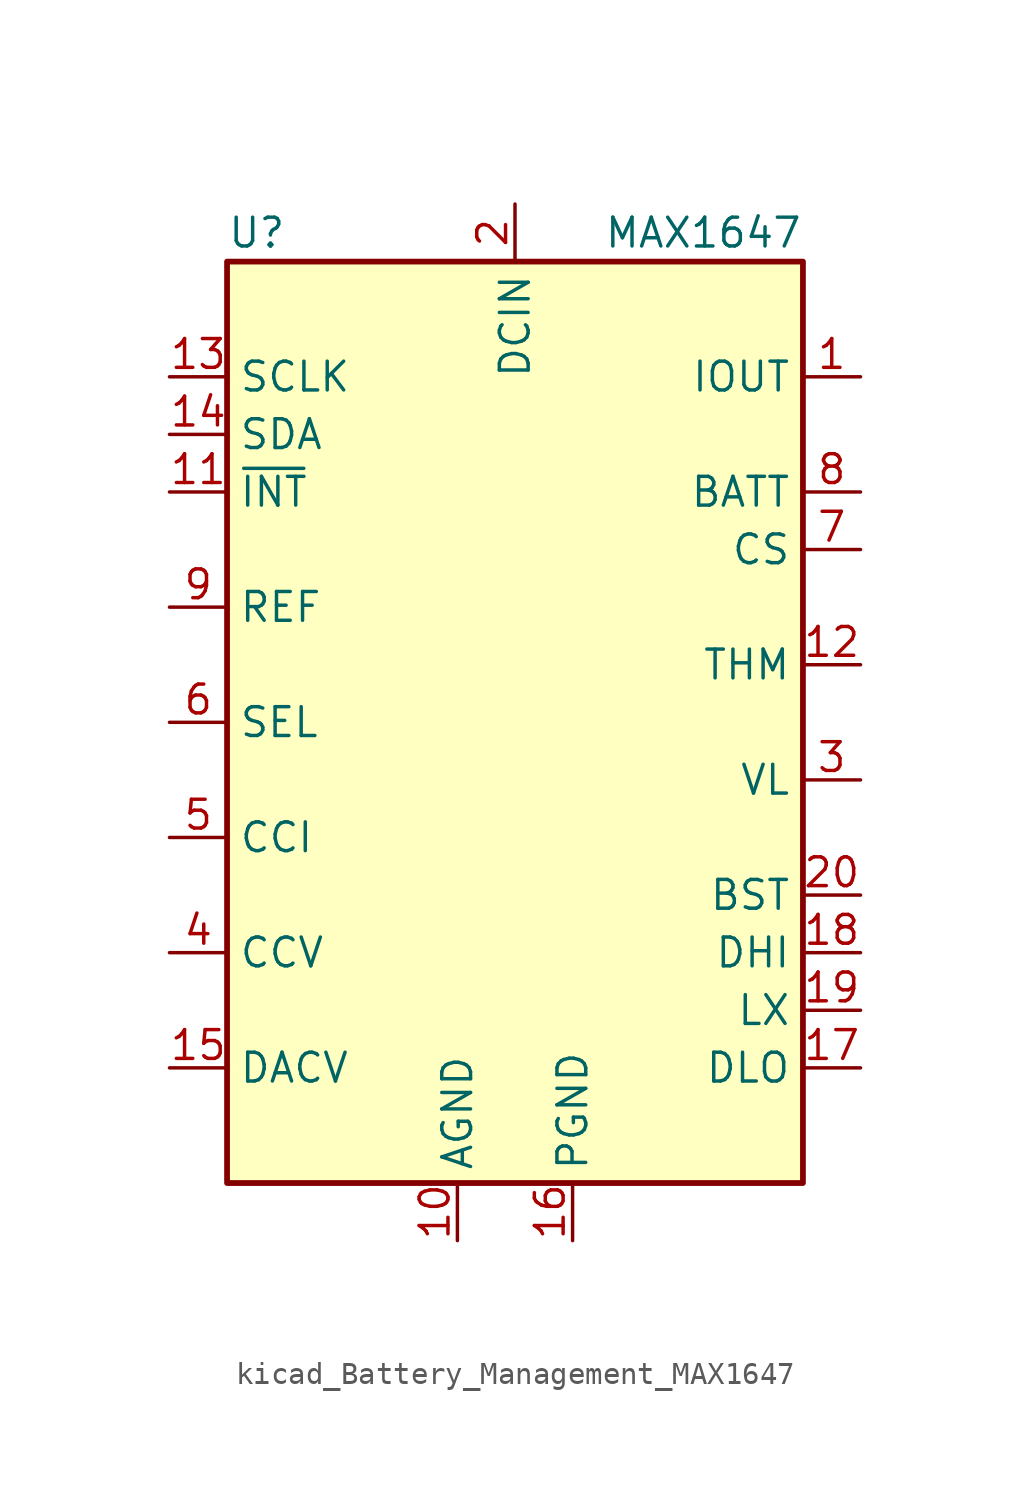
<source format=kicad_sym>
(kicad_symbol_lib
  (version 20220914)
  (generator kicad_symbol_editor)
  (symbol "kicad_Battery_Management_MAX1647"
    (property "Reference" "U"
      (at -12.7 21.59 0)
      (effects (font (size 1.27 1.27)) (justify left)))
    (property "Value" "MAX1647"
      (at 12.7 21.59 0)
      (effects (font (size 1.27 1.27)) (justify right)))
    (symbol "kicad_Battery_Management_MAX1647_0_1"
      (rectangle (start -12.7 20.32) (end 12.7 -20.32) (stroke (width 0.254) (type default)) (fill (type background))))
    (symbol "kicad_Battery_Management_MAX1647_1_1"
      (pin output line (at 15.24 15.24 180) (length 2.54) (name "IOUT" (effects (font (size 1.27 1.27)))) (number "1" (effects (font (size 1.27 1.27)))))
      (pin power_in line (at -2.54 -22.86 90) (length 2.54) (name "AGND" (effects (font (size 1.27 1.27)))) (number "10" (effects (font (size 1.27 1.27)))))
      (pin open_collector line (at -15.24 10.16 0) (length 2.54) (name "~{INT}" (effects (font (size 1.27 1.27)))) (number "11" (effects (font (size 1.27 1.27)))))
      (pin input line (at 15.24 2.54 180) (length 2.54) (name "THM" (effects (font (size 1.27 1.27)))) (number "12" (effects (font (size 1.27 1.27)))))
      (pin input line (at -15.24 15.24 0) (length 2.54) (name "SCLK" (effects (font (size 1.27 1.27)))) (number "13" (effects (font (size 1.27 1.27)))))
      (pin bidirectional line (at -15.24 12.7 0) (length 2.54) (name "SDA" (effects (font (size 1.27 1.27)))) (number "14" (effects (font (size 1.27 1.27)))))
      (pin output line (at -15.24 -15.24 0) (length 2.54) (name "DACV" (effects (font (size 1.27 1.27)))) (number "15" (effects (font (size 1.27 1.27)))))
      (pin power_in line (at 2.54 -22.86 90) (length 2.54) (name "PGND" (effects (font (size 1.27 1.27)))) (number "16" (effects (font (size 1.27 1.27)))))
      (pin output line (at 15.24 -15.24 180) (length 2.54) (name "DLO" (effects (font (size 1.27 1.27)))) (number "17" (effects (font (size 1.27 1.27)))))
      (pin output line (at 15.24 -10.16 180) (length 2.54) (name "DHI" (effects (font (size 1.27 1.27)))) (number "18" (effects (font (size 1.27 1.27)))))
      (pin input line (at 15.24 -12.7 180) (length 2.54) (name "LX" (effects (font (size 1.27 1.27)))) (number "19" (effects (font (size 1.27 1.27)))))
      (pin power_in line (at 0 22.86 270) (length 2.54) (name "DCIN" (effects (font (size 1.27 1.27)))) (number "2" (effects (font (size 1.27 1.27)))))
      (pin power_in line (at 15.24 -7.62 180) (length 2.54) (name "BST" (effects (font (size 1.27 1.27)))) (number "20" (effects (font (size 1.27 1.27)))))
      (pin power_out line (at 15.24 -2.54 180) (length 2.54) (name "VL" (effects (font (size 1.27 1.27)))) (number "3" (effects (font (size 1.27 1.27)))))
      (pin passive line (at -15.24 -10.16 0) (length 2.54) (name "CCV" (effects (font (size 1.27 1.27)))) (number "4" (effects (font (size 1.27 1.27)))))
      (pin passive line (at -15.24 -5.08 0) (length 2.54) (name "CCI" (effects (font (size 1.27 1.27)))) (number "5" (effects (font (size 1.27 1.27)))))
      (pin input line (at -15.24 0 0) (length 2.54) (name "SEL" (effects (font (size 1.27 1.27)))) (number "6" (effects (font (size 1.27 1.27)))))
      (pin input line (at 15.24 7.62 180) (length 2.54) (name "CS" (effects (font (size 1.27 1.27)))) (number "7" (effects (font (size 1.27 1.27)))))
      (pin input line (at 15.24 10.16 180) (length 2.54) (name "BATT" (effects (font (size 1.27 1.27)))) (number "8" (effects (font (size 1.27 1.27)))))
      (pin bidirectional line (at -15.24 5.08 0) (length 2.54) (name "REF" (effects (font (size 1.27 1.27)))) (number "9" (effects (font (size 1.27 1.27))))))))
</source>
